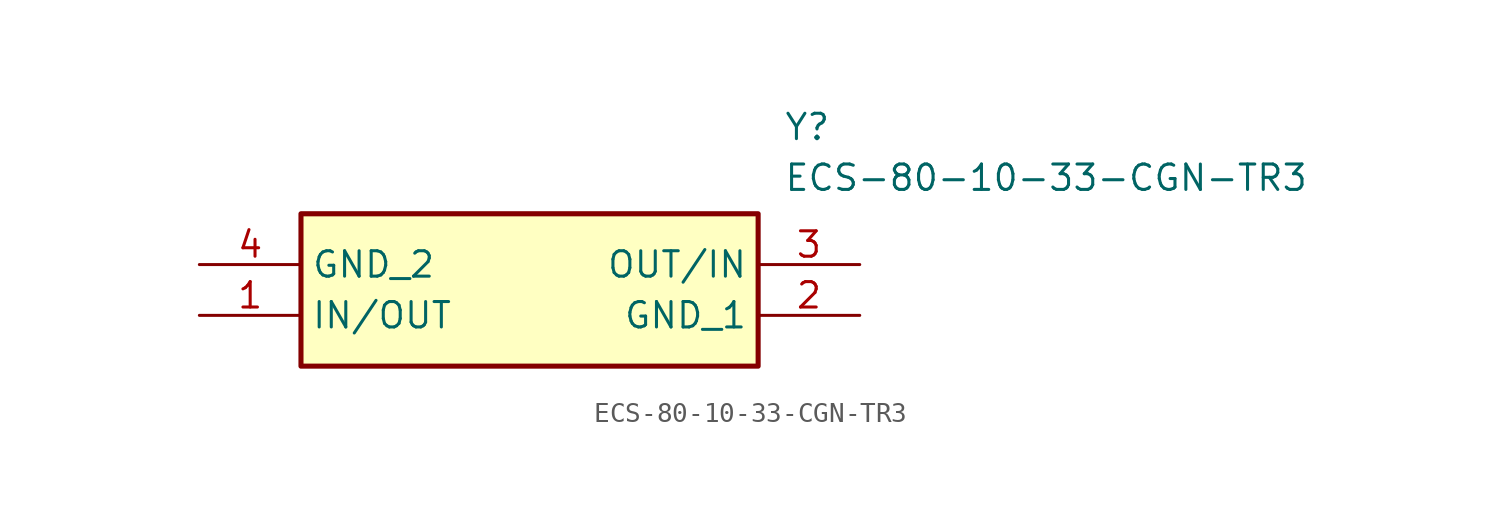
<source format=kicad_sym>
(kicad_symbol_lib
  (version 20211014)
  (generator SamacSys_ECAD_Model)
  (symbol "ECS-80-10-33-CGN-TR3"
    (property "Reference" "Y"
      (at 29.21 7.62 0)
      (effects (font (size 1.27 1.27)) (justify left top)))
    (property "Value" "ECS-80-10-33-CGN-TR3"
      (at 29.21 5.08 0)
      (effects (font (size 1.27 1.27)) (justify left top)))
    (rectangle
      (start 5.08 2.54)
      (end 27.94 -5.08)
      (stroke (width 0.254) (type default))
      (fill (type background)))
    (pin passive line
      (at 0 -2.54 0)
      (length 5.08)
      (name "IN/OUT" (effects (font (size 1.27 1.27))))
      (number "1" (effects (font (size 1.27 1.27)))))
    (pin passive line
      (at 33.02 -2.54 180)
      (length 5.08)
      (name "GND_1" (effects (font (size 1.27 1.27))))
      (number "2" (effects (font (size 1.27 1.27)))))
    (pin passive line
      (at 33.02 0 180)
      (length 5.08)
      (name "OUT/IN" (effects (font (size 1.27 1.27))))
      (number "3" (effects (font (size 1.27 1.27)))))
    (pin passive line
      (at 0 0 0)
      (length 5.08)
      (name "GND_2" (effects (font (size 1.27 1.27))))
      (number "4" (effects (font (size 1.27 1.27)))))))
</source>
